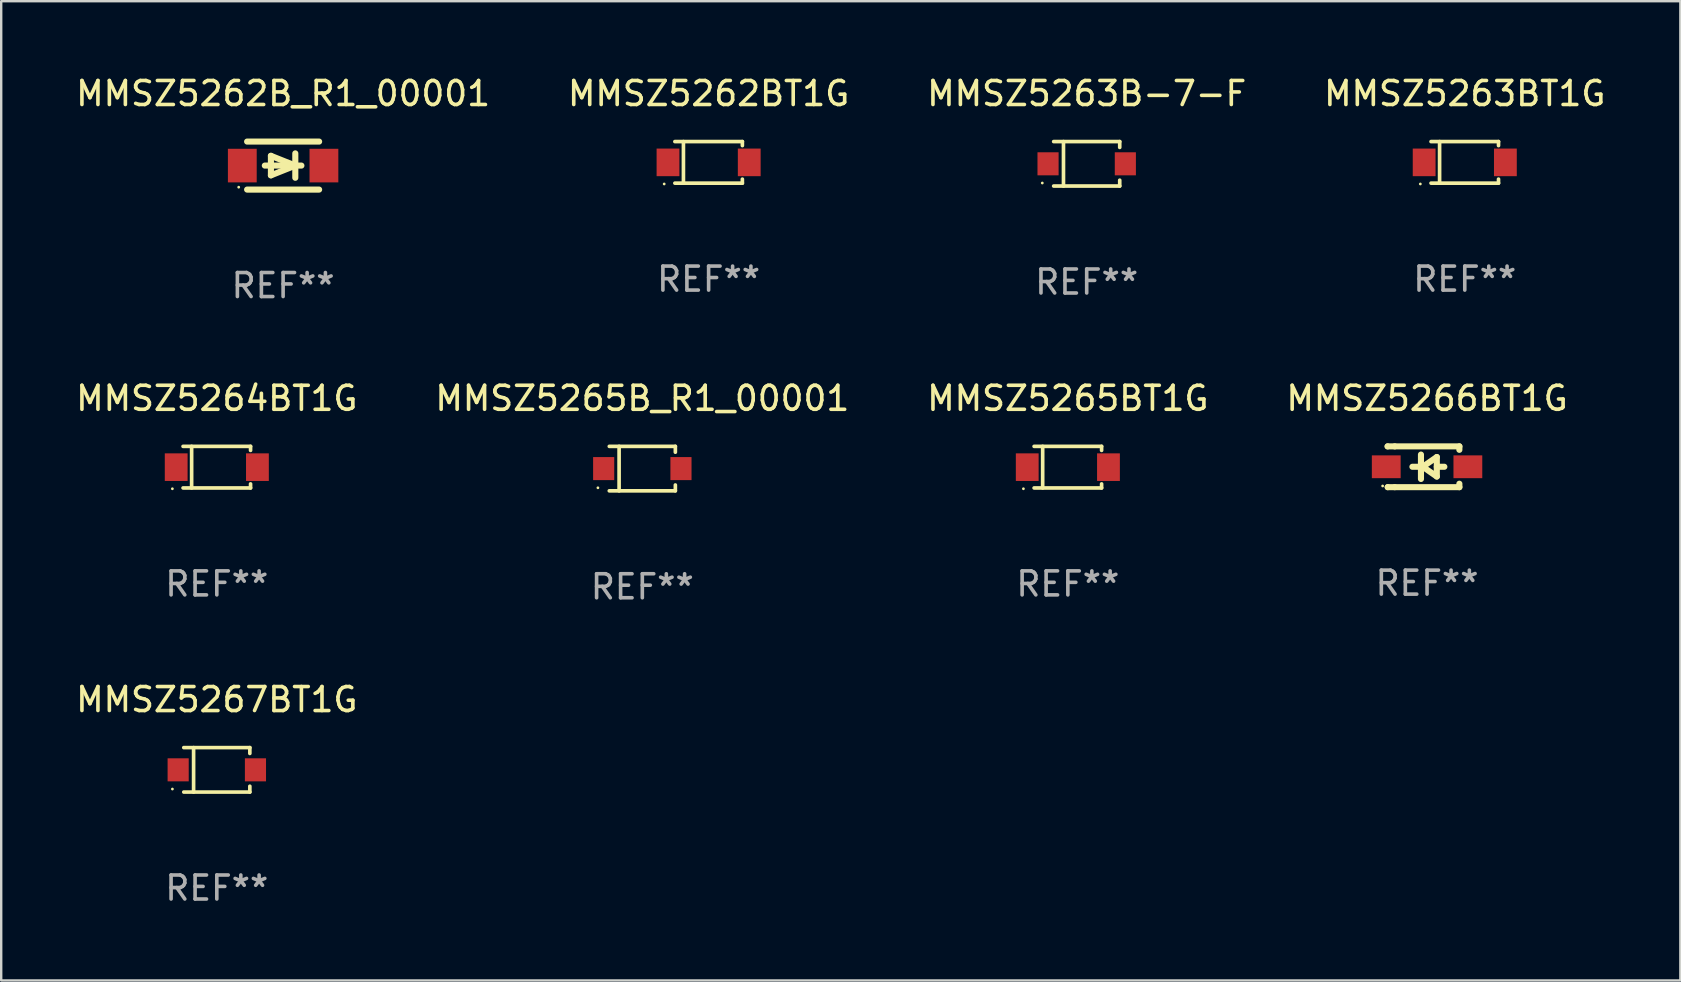
<source format=kicad_pcb>
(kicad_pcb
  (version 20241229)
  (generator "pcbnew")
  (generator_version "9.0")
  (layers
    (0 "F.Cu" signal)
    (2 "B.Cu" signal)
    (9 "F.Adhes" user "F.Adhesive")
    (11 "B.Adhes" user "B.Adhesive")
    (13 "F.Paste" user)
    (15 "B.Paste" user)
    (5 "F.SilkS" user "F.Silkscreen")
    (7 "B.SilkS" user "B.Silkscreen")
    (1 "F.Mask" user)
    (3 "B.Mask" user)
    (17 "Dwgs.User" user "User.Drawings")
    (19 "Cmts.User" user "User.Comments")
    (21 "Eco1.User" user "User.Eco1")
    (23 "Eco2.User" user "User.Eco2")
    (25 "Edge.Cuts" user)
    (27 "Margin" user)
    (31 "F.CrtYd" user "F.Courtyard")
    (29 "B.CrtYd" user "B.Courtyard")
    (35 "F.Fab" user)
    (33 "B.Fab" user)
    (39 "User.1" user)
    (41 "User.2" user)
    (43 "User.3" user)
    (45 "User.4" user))
  (footprint "MMSZ5262B_R1_00001"
    (layer "F.Cu")
    (at 8.744 3.848)
    (property "Reference" "MMSZ5262B_R1_00001" (at 0 -3 0) (layer "F.SilkS") (effects (font (size 1 1) (thickness 0.15))))
    (attr through_hole)
    (fp_line (start -1.5 -1) (end 1.5 -1) (stroke (width 0.254) (type solid)) (layer "F.SilkS"))
    (fp_line (start -1.5 1) (end 1.5 1) (stroke (width 0.254) (type solid)) (layer "F.SilkS"))
    (fp_line (start -0.508 -0.406) (end 0.508 0) (stroke (width 0.254) (type solid)) (layer "F.SilkS"))
    (fp_line (start -0.508 0.406) (end -0.508 -0.406) (stroke (width 0.254) (type solid)) (layer "F.SilkS"))
    (fp_line (start 0.508 0) (end -0.508 0.406) (stroke (width 0.254) (type solid)) (layer "F.SilkS"))
    (fp_line (start 0.508 0.508) (end 0.508 -0.508) (stroke (width 0.254) (type solid)) (layer "F.SilkS"))
    (fp_line (start 0.762 0) (end -0.762 0) (stroke (width 0.254) (type solid)) (layer "F.SilkS"))
    (fp_circle (center -1.85 0.9) (end -1.82 0.9) (stroke (width 0.06) (type solid)) (fill no) (layer "F.SilkS"))
    (fp_text user "REF**" (at 0 5 0) (layer "F.Fab") (effects (font (size 1 1) (thickness 0.15))))
    (pad "1" smd rect (at -1.7 0) (size 1.2 1.4) (layers "F.Cu" "F.Mask" "F.Paste"))
    (pad "2" smd rect (at 1.7 0) (size 1.2 1.4) (layers "F.Cu" "F.Mask" "F.Paste")))
  (footprint "MMSZ5264BT1G"
    (layer "F.Cu")
    (at 5.982 16.411)
    (property "Reference" "MMSZ5264BT1G" (at 0 -2.866 0) (layer "F.SilkS") (effects (font (size 1 1) (thickness 0.15))))
    (attr through_hole)
    (fp_line (start -1.406 -0.866) (end 1.406 -0.866) (stroke (width 0.152) (type solid)) (layer "F.SilkS"))
    (fp_line (start -1.406 0.866) (end 1.406 0.866) (stroke (width 0.152) (type solid)) (layer "F.SilkS"))
    (fp_line (start -1.049 -0.866) (end -1.049 0.866) (stroke (width 0.152) (type solid)) (layer "F.SilkS"))
    (fp_line (start 1.406 -0.866) (end 1.406 -0.698) (stroke (width 0.152) (type solid)) (layer "F.SilkS"))
    (fp_line (start 1.406 0.866) (end 1.406 0.698) (stroke (width 0.152) (type solid)) (layer "F.SilkS"))
    (fp_circle (center -1.851 0.9) (end -1.821 0.9) (stroke (width 0.06) (type solid)) (fill no) (layer "F.SilkS"))
    (fp_text user "REF**" (at 0 4.866 0) (layer "F.Fab") (effects (font (size 1 1) (thickness 0.15))))
    (pad "1" smd rect (at -1.692 0) (size 0.95 1.15) (layers "F.Cu" "F.Mask" "F.Paste"))
    (pad "2" smd rect (at 1.692 0) (size 0.95 1.15) (layers "F.Cu" "F.Mask" "F.Paste")))
  (footprint "MMSZ5267BT1G"
    (layer "F.Cu")
    (at 5.982 29.02)
    (property "Reference" "MMSZ5267BT1G" (at 0 -2.926 0) (layer "F.SilkS") (effects (font (size 1 1) (thickness 0.15))))
    (attr through_hole)
    (fp_line (start -1.376 -0.926) (end 1.376 -0.926) (stroke (width 0.152) (type solid)) (layer "F.SilkS"))
    (fp_line (start -1.376 0.926) (end 1.376 0.926) (stroke (width 0.152) (type solid)) (layer "F.SilkS"))
    (fp_line (start -0.967 -0.926) (end -0.967 0.926) (stroke (width 0.152) (type solid)) (layer "F.SilkS"))
    (fp_line (start 1.376 -0.926) (end 1.376 -0.683) (stroke (width 0.152) (type solid)) (layer "F.SilkS"))
    (fp_line (start 1.376 0.926) (end 1.376 0.683) (stroke (width 0.152) (type solid)) (layer "F.SilkS"))
    (fp_circle (center -1.85 0.8) (end -1.82 0.8) (stroke (width 0.06) (type solid)) (fill no) (layer "F.SilkS"))
    (fp_text user "REF**" (at 0 4.926 0) (layer "F.Fab") (effects (font (size 1 1) (thickness 0.15))))
    (pad "1" smd rect (at -1.61 0) (size 0.88 0.96) (layers "F.Cu" "F.Mask" "F.Paste"))
    (pad "2" smd rect (at 1.61 0) (size 0.88 0.96) (layers "F.Cu" "F.Mask" "F.Paste")))
  (footprint "MMSZ5263B-7-F"
    (layer "F.Cu")
    (at 42.22 3.774)
    (property "Reference" "MMSZ5263B-7-F" (at 0 -2.926 0) (layer "F.SilkS") (effects (font (size 1 1) (thickness 0.15))))
    (attr through_hole)
    (fp_line (start -1.376 -0.926) (end 1.376 -0.926) (stroke (width 0.152) (type solid)) (layer "F.SilkS"))
    (fp_line (start -1.376 0.926) (end 1.376 0.926) (stroke (width 0.152) (type solid)) (layer "F.SilkS"))
    (fp_line (start -0.967 -0.926) (end -0.967 0.926) (stroke (width 0.152) (type solid)) (layer "F.SilkS"))
    (fp_line (start 1.376 -0.926) (end 1.376 -0.683) (stroke (width 0.152) (type solid)) (layer "F.SilkS"))
    (fp_line (start 1.376 0.926) (end 1.376 0.683) (stroke (width 0.152) (type solid)) (layer "F.SilkS"))
    (fp_circle (center -1.85 0.8) (end -1.82 0.8) (stroke (width 0.06) (type solid)) (fill no) (layer "F.SilkS"))
    (fp_text user "REF**" (at 0 4.926 0) (layer "F.Fab") (effects (font (size 1 1) (thickness 0.15))))
    (pad "1" smd rect (at -1.61 0) (size 0.88 0.96) (layers "F.Cu" "F.Mask" "F.Paste"))
    (pad "2" smd rect (at 1.61 0) (size 0.88 0.96) (layers "F.Cu" "F.Mask" "F.Paste")))
  (footprint "MMSZ5265BT1G"
    (layer "F.Cu")
    (at 41.435 16.411)
    (property "Reference" "MMSZ5265BT1G" (at 0 -2.866 0) (layer "F.SilkS") (effects (font (size 1 1) (thickness 0.15))))
    (attr through_hole)
    (fp_line (start -1.406 -0.866) (end 1.406 -0.866) (stroke (width 0.152) (type solid)) (layer "F.SilkS"))
    (fp_line (start -1.406 0.866) (end 1.406 0.866) (stroke (width 0.152) (type solid)) (layer "F.SilkS"))
    (fp_line (start -1.049 -0.866) (end -1.049 0.866) (stroke (width 0.152) (type solid)) (layer "F.SilkS"))
    (fp_line (start 1.406 -0.866) (end 1.406 -0.698) (stroke (width 0.152) (type solid)) (layer "F.SilkS"))
    (fp_line (start 1.406 0.866) (end 1.406 0.698) (stroke (width 0.152) (type solid)) (layer "F.SilkS"))
    (fp_circle (center -1.851 0.9) (end -1.821 0.9) (stroke (width 0.06) (type solid)) (fill no) (layer "F.SilkS"))
    (fp_text user "REF**" (at 0 4.866 0) (layer "F.Fab") (effects (font (size 1 1) (thickness 0.15))))
    (pad "1" smd rect (at -1.692 0) (size 0.95 1.15) (layers "F.Cu" "F.Mask" "F.Paste"))
    (pad "2" smd rect (at 1.692 0) (size 0.95 1.15) (layers "F.Cu" "F.Mask" "F.Paste")))
  (footprint "MMSZ5263BT1G"
    (layer "F.Cu")
    (at 57.97 3.714)
    (property "Reference" "MMSZ5263BT1G" (at 0 -2.866 0) (layer "F.SilkS") (effects (font (size 1 1) (thickness 0.15))))
    (attr through_hole)
    (fp_line (start -1.406 -0.866) (end 1.406 -0.866) (stroke (width 0.152) (type solid)) (layer "F.SilkS"))
    (fp_line (start -1.406 0.866) (end 1.406 0.866) (stroke (width 0.152) (type solid)) (layer "F.SilkS"))
    (fp_line (start -1.049 -0.866) (end -1.049 0.866) (stroke (width 0.152) (type solid)) (layer "F.SilkS"))
    (fp_line (start 1.406 -0.866) (end 1.406 -0.698) (stroke (width 0.152) (type solid)) (layer "F.SilkS"))
    (fp_line (start 1.406 0.866) (end 1.406 0.698) (stroke (width 0.152) (type solid)) (layer "F.SilkS"))
    (fp_circle (center -1.851 0.9) (end -1.821 0.9) (stroke (width 0.06) (type solid)) (fill no) (layer "F.SilkS"))
    (fp_text user "REF**" (at 0 4.866 0) (layer "F.Fab") (effects (font (size 1 1) (thickness 0.15))))
    (pad "1" smd rect (at -1.692 0) (size 0.95 1.15) (layers "F.Cu" "F.Mask" "F.Paste"))
    (pad "2" smd rect (at 1.692 0) (size 0.95 1.15) (layers "F.Cu" "F.Mask" "F.Paste")))
  (footprint "MMSZ5266BT1G"
    (layer "F.Cu")
    (at 56.399 16.395)
    (property "Reference" "MMSZ5266BT1G" (at 0 -2.85 0) (layer "F.SilkS") (effects (font (size 1 1) (thickness 0.15))))
    (attr through_hole)
    (fp_line (start -1.643 -0.85) (end -1.644 -0.849) (stroke (width 0.254) (type solid)) (layer "F.SilkS"))
    (fp_line (start -1.638 0.85) (end -1.639 0.849) (stroke (width 0.254) (type solid)) (layer "F.SilkS"))
    (fp_line (start -1.346 -0.85) (end -1.643 -0.85) (stroke (width 0.254) (type solid)) (layer "F.SilkS"))
    (fp_line (start -1.346 -0.85) (end 1.346 -0.85) (stroke (width 0.254) (type solid)) (layer "F.SilkS"))
    (fp_line (start -1.346 0.85) (end -1.638 0.85) (stroke (width 0.254) (type solid)) (layer "F.SilkS"))
    (fp_line (start -0.28 0) (end -0.61 0) (stroke (width 0.254) (type solid)) (layer "F.SilkS"))
    (fp_line (start -0.254 -0.508) (end -0.254 0.508) (stroke (width 0.254) (type solid)) (layer "F.SilkS"))
    (fp_line (start -0.178 0) (end 0.406 -0.406) (stroke (width 0.254) (type solid)) (layer "F.SilkS"))
    (fp_line (start 0.406 -0.406) (end 0.406 0.406) (stroke (width 0.254) (type solid)) (layer "F.SilkS"))
    (fp_line (start 0.406 -0.000254) (end 0.72 -0.000254) (stroke (width 0.254) (type solid)) (layer "F.SilkS"))
    (fp_line (start 0.406 0.406) (end -0.178 0) (stroke (width 0.254) (type solid)) (layer "F.SilkS"))
    (fp_line (start 1.346 -0.85) (end 1.346 -0.706) (stroke (width 0.254) (type solid)) (layer "F.SilkS"))
    (fp_line (start 1.346 0.706) (end 1.346 0.85) (stroke (width 0.254) (type solid)) (layer "F.SilkS"))
    (fp_line (start 1.346 0.85) (end -1.346 0.85) (stroke (width 0.254) (type solid)) (layer "F.SilkS"))
    (fp_circle (center -1.85 0.8) (end -1.82 0.8) (stroke (width 0.06) (type solid)) (fill no) (layer "F.SilkS"))
    (fp_text user "REF**" (at 0 4.85 0) (layer "F.Fab") (effects (font (size 1 1) (thickness 0.15))))
    (pad "1" smd rect (at -1.7 0) (size 1.2 0.95) (layers "F.Cu" "F.Mask" "F.Paste"))
    (pad "2" smd rect (at 1.7 0) (size 1.2 0.95) (layers "F.Cu" "F.Mask" "F.Paste")))
  (footprint "MMSZ5262BT1G"
    (layer "F.Cu")
    (at 26.47 3.714)
    (property "Reference" "MMSZ5262BT1G" (at 0 -2.866 0) (layer "F.SilkS") (effects (font (size 1 1) (thickness 0.15))))
    (attr through_hole)
    (fp_line (start -1.406 -0.866) (end 1.406 -0.866) (stroke (width 0.152) (type solid)) (layer "F.SilkS"))
    (fp_line (start -1.406 0.866) (end 1.406 0.866) (stroke (width 0.152) (type solid)) (layer "F.SilkS"))
    (fp_line (start -1.049 -0.866) (end -1.049 0.866) (stroke (width 0.152) (type solid)) (layer "F.SilkS"))
    (fp_line (start 1.406 -0.866) (end 1.406 -0.698) (stroke (width 0.152) (type solid)) (layer "F.SilkS"))
    (fp_line (start 1.406 0.866) (end 1.406 0.698) (stroke (width 0.152) (type solid)) (layer "F.SilkS"))
    (fp_circle (center -1.851 0.9) (end -1.821 0.9) (stroke (width 0.06) (type solid)) (fill no) (layer "F.SilkS"))
    (fp_text user "REF**" (at 0 4.866 0) (layer "F.Fab") (effects (font (size 1 1) (thickness 0.15))))
    (pad "1" smd rect (at -1.692 0) (size 0.95 1.15) (layers "F.Cu" "F.Mask" "F.Paste"))
    (pad "2" smd rect (at 1.692 0) (size 0.95 1.15) (layers "F.Cu" "F.Mask" "F.Paste")))
  (footprint "MMSZ5265B_R1_00001"
    (layer "F.Cu")
    (at 23.708 16.471)
    (property "Reference" "MMSZ5265B_R1_00001" (at 0 -2.926 0) (layer "F.SilkS") (effects (font (size 1 1) (thickness 0.15))))
    (attr through_hole)
    (fp_line (start -1.376 -0.926) (end 1.376 -0.926) (stroke (width 0.152) (type solid)) (layer "F.SilkS"))
    (fp_line (start -1.376 0.926) (end 1.376 0.926) (stroke (width 0.152) (type solid)) (layer "F.SilkS"))
    (fp_line (start -0.967 -0.926) (end -0.967 0.926) (stroke (width 0.152) (type solid)) (layer "F.SilkS"))
    (fp_line (start 1.376 -0.926) (end 1.376 -0.683) (stroke (width 0.152) (type solid)) (layer "F.SilkS"))
    (fp_line (start 1.376 0.926) (end 1.376 0.683) (stroke (width 0.152) (type solid)) (layer "F.SilkS"))
    (fp_circle (center -1.85 0.8) (end -1.82 0.8) (stroke (width 0.06) (type solid)) (fill no) (layer "F.SilkS"))
    (fp_text user "REF**" (at 0 4.926 0) (layer "F.Fab") (effects (font (size 1 1) (thickness 0.15))))
    (pad "1" smd rect (at -1.61 0) (size 0.88 0.96) (layers "F.Cu" "F.Mask" "F.Paste"))
    (pad "2" smd rect (at 1.61 0) (size 0.88 0.96) (layers "F.Cu" "F.Mask" "F.Paste")))
  (gr_rect
    (start -3 -3)
    (end 66.952 37.794)
    (stroke (width 0.1) (type default))
    (fill no)
    (layer "Edge.Cuts")))
</source>
